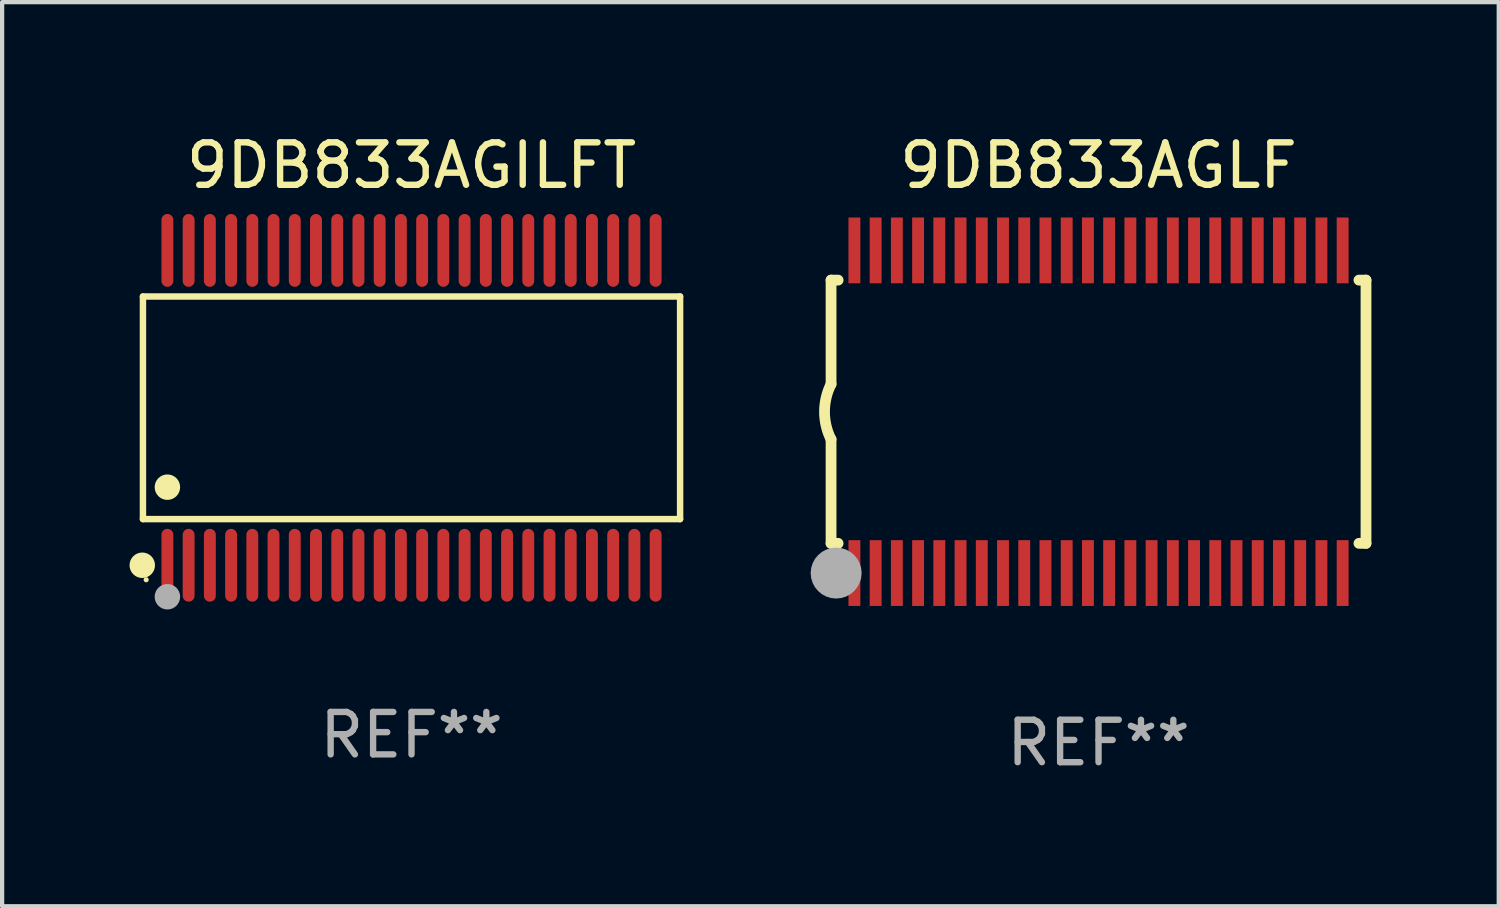
<source format=kicad_pcb>
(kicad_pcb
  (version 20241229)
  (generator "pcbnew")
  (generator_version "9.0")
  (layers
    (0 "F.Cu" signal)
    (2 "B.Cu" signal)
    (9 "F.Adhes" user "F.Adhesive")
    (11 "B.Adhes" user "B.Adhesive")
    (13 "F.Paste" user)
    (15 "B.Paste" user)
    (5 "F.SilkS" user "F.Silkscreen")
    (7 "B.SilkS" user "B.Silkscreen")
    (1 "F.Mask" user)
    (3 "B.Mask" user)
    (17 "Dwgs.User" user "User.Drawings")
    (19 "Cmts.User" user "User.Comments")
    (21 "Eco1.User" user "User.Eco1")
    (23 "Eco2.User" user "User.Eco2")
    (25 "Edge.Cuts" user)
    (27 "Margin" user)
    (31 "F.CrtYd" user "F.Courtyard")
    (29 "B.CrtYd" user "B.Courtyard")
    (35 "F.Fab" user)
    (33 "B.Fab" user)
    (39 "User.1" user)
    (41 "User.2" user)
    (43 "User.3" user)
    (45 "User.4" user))
  (footprint "9DB833AGILFT"
    (layer "F.Cu")
    (at 6.643 6.556)
    (property "Reference" "9DB833AGILFT" (at 0 -5.708 0) (layer "F.SilkS") (effects (font (size 1 1) (thickness 0.15))))
    (attr through_hole)
    (fp_line (start -6.326 -2.622) (end 6.326 -2.622) (stroke (width 0.152) (type solid)) (layer "F.SilkS"))
    (fp_line (start -6.326 2.621) (end -6.326 -2.622) (stroke (width 0.152) (type solid)) (layer "F.SilkS"))
    (fp_line (start 6.326 -2.622) (end 6.326 2.621) (stroke (width 0.152) (type solid)) (layer "F.SilkS"))
    (fp_line (start 6.326 2.621) (end -6.326 2.621) (stroke (width 0.152) (type solid)) (layer "F.SilkS"))
    (fp_circle (center -6.342 3.708) (end -6.192 3.708) (stroke (width 0.3) (type solid)) (fill no) (layer "F.SilkS"))
    (fp_circle (center -6.25 4.05) (end -6.22 4.05) (stroke (width 0.06) (type solid)) (fill no) (layer "F.SilkS"))
    (fp_circle (center -5.75 1.869) (end -5.6 1.869) (stroke (width 0.3) (type solid)) (fill no) (layer "F.SilkS"))
    (fp_circle (center -5.75 4.45) (end -5.6 4.45) (stroke (width 0.3) (type solid)) (fill no) (layer "F.Fab"))
    (fp_text user "REF**" (at 0 7.708 0) (layer "F.Fab") (effects (font (size 1 1) (thickness 0.15))))
    (pad "1" smd oval (at -5.75 3.708) (size 0.28 1.715) (layers "F.Cu" "F.Mask" "F.Paste"))
    (pad "2" smd oval (at -5.25 3.708) (size 0.28 1.715) (layers "F.Cu" "F.Mask" "F.Paste"))
    (pad "3" smd oval (at -4.75 3.708) (size 0.28 1.715) (layers "F.Cu" "F.Mask" "F.Paste"))
    (pad "4" smd oval (at -4.25 3.708) (size 0.28 1.715) (layers "F.Cu" "F.Mask" "F.Paste"))
    (pad "5" smd oval (at -3.75 3.708) (size 0.28 1.715) (layers "F.Cu" "F.Mask" "F.Paste"))
    (pad "6" smd oval (at -3.25 3.708) (size 0.28 1.715) (layers "F.Cu" "F.Mask" "F.Paste"))
    (pad "7" smd oval (at -2.75 3.708) (size 0.28 1.715) (layers "F.Cu" "F.Mask" "F.Paste"))
    (pad "8" smd oval (at -2.25 3.708) (size 0.28 1.715) (layers "F.Cu" "F.Mask" "F.Paste"))
    (pad "9" smd oval (at -1.75 3.708) (size 0.28 1.715) (layers "F.Cu" "F.Mask" "F.Paste"))
    (pad "10" smd oval (at -1.25 3.708) (size 0.28 1.715) (layers "F.Cu" "F.Mask" "F.Paste"))
    (pad "11" smd oval (at -0.75 3.708) (size 0.28 1.715) (layers "F.Cu" "F.Mask" "F.Paste"))
    (pad "12" smd oval (at -0.25 3.708) (size 0.28 1.715) (layers "F.Cu" "F.Mask" "F.Paste"))
    (pad "13" smd oval (at 0.25 3.708) (size 0.28 1.715) (layers "F.Cu" "F.Mask" "F.Paste"))
    (pad "14" smd oval (at 0.75 3.708) (size 0.28 1.715) (layers "F.Cu" "F.Mask" "F.Paste"))
    (pad "15" smd oval (at 1.25 3.708) (size 0.28 1.715) (layers "F.Cu" "F.Mask" "F.Paste"))
    (pad "16" smd oval (at 1.75 3.708) (size 0.28 1.715) (layers "F.Cu" "F.Mask" "F.Paste"))
    (pad "17" smd oval (at 2.25 3.708) (size 0.28 1.715) (layers "F.Cu" "F.Mask" "F.Paste"))
    (pad "18" smd oval (at 2.75 3.708) (size 0.28 1.715) (layers "F.Cu" "F.Mask" "F.Paste"))
    (pad "19" smd oval (at 3.25 3.708) (size 0.28 1.715) (layers "F.Cu" "F.Mask" "F.Paste"))
    (pad "20" smd oval (at 3.75 3.708) (size 0.28 1.715) (layers "F.Cu" "F.Mask" "F.Paste"))
    (pad "21" smd oval (at 4.25 3.708) (size 0.28 1.715) (layers "F.Cu" "F.Mask" "F.Paste"))
    (pad "22" smd oval (at 4.75 3.708) (size 0.28 1.715) (layers "F.Cu" "F.Mask" "F.Paste"))
    (pad "23" smd oval (at 5.25 3.708) (size 0.28 1.715) (layers "F.Cu" "F.Mask" "F.Paste"))
    (pad "24" smd oval (at 5.75 3.708) (size 0.28 1.715) (layers "F.Cu" "F.Mask" "F.Paste"))
    (pad "25" smd oval (at 5.75 -3.708) (size 0.28 1.715) (layers "F.Cu" "F.Mask" "F.Paste"))
    (pad "26" smd oval (at 5.25 -3.708) (size 0.28 1.715) (layers "F.Cu" "F.Mask" "F.Paste"))
    (pad "27" smd oval (at 4.75 -3.708) (size 0.28 1.715) (layers "F.Cu" "F.Mask" "F.Paste"))
    (pad "28" smd oval (at 4.25 -3.708) (size 0.28 1.715) (layers "F.Cu" "F.Mask" "F.Paste"))
    (pad "29" smd oval (at 3.75 -3.708) (size 0.28 1.715) (layers "F.Cu" "F.Mask" "F.Paste"))
    (pad "30" smd oval (at 3.25 -3.708) (size 0.28 1.715) (layers "F.Cu" "F.Mask" "F.Paste"))
    (pad "31" smd oval (at 2.75 -3.708) (size 0.28 1.715) (layers "F.Cu" "F.Mask" "F.Paste"))
    (pad "32" smd oval (at 2.25 -3.708) (size 0.28 1.715) (layers "F.Cu" "F.Mask" "F.Paste"))
    (pad "33" smd oval (at 1.75 -3.708) (size 0.28 1.715) (layers "F.Cu" "F.Mask" "F.Paste"))
    (pad "34" smd oval (at 1.25 -3.708) (size 0.28 1.715) (layers "F.Cu" "F.Mask" "F.Paste"))
    (pad "35" smd oval (at 0.75 -3.708) (size 0.28 1.715) (layers "F.Cu" "F.Mask" "F.Paste"))
    (pad "36" smd oval (at 0.25 -3.708) (size 0.28 1.715) (layers "F.Cu" "F.Mask" "F.Paste"))
    (pad "37" smd oval (at -0.25 -3.708) (size 0.28 1.715) (layers "F.Cu" "F.Mask" "F.Paste"))
    (pad "38" smd oval (at -0.75 -3.708) (size 0.28 1.715) (layers "F.Cu" "F.Mask" "F.Paste"))
    (pad "39" smd oval (at -1.25 -3.708) (size 0.28 1.715) (layers "F.Cu" "F.Mask" "F.Paste"))
    (pad "40" smd oval (at -1.75 -3.708) (size 0.28 1.715) (layers "F.Cu" "F.Mask" "F.Paste"))
    (pad "41" smd oval (at -2.25 -3.708) (size 0.28 1.715) (layers "F.Cu" "F.Mask" "F.Paste"))
    (pad "42" smd oval (at -2.75 -3.708) (size 0.28 1.715) (layers "F.Cu" "F.Mask" "F.Paste"))
    (pad "43" smd oval (at -3.25 -3.708) (size 0.28 1.715) (layers "F.Cu" "F.Mask" "F.Paste"))
    (pad "44" smd oval (at -3.75 -3.708) (size 0.28 1.715) (layers "F.Cu" "F.Mask" "F.Paste"))
    (pad "45" smd oval (at -4.25 -3.708) (size 0.28 1.715) (layers "F.Cu" "F.Mask" "F.Paste"))
    (pad "46" smd oval (at -4.75 -3.708) (size 0.28 1.715) (layers "F.Cu" "F.Mask" "F.Paste"))
    (pad "47" smd oval (at -5.25 -3.708) (size 0.28 1.715) (layers "F.Cu" "F.Mask" "F.Paste"))
    (pad "48" smd oval (at -5.75 -3.708) (size 0.28 1.715) (layers "F.Cu" "F.Mask" "F.Paste")))
  (footprint "9DB833AGLF"
    (layer "F.Cu")
    (at 22.825 6.648)
    (property "Reference" "9DB833AGLF" (at 0 -5.8 0) (layer "F.SilkS") (effects (font (size 1 1) (thickness 0.15))))
    (attr through_hole)
    (fp_line (start -6.3 -3.1) (end -6.3 -0.65) (stroke (width 0.254) (type solid)) (layer "F.SilkS"))
    (fp_line (start -6.3 -3.1) (end -6.134 -3.1) (stroke (width 0.254) (type solid)) (layer "F.SilkS"))
    (fp_line (start -6.3 3.1) (end -6.3 0.65) (stroke (width 0.254) (type solid)) (layer "F.SilkS"))
    (fp_line (start -6.3 3.1) (end -6.134 3.1) (stroke (width 0.254) (type solid)) (layer "F.SilkS"))
    (fp_line (start 6.134 -3.1) (end 6.3 -3.1) (stroke (width 0.254) (type solid)) (layer "F.SilkS"))
    (fp_line (start 6.134 3.1) (end 6.3 3.1) (stroke (width 0.254) (type solid)) (layer "F.SilkS"))
    (fp_line (start 6.3 -3.1) (end 6.3 3.1) (stroke (width 0.254) (type solid)) (layer "F.SilkS"))
    (fp_arc (start -6.301016 0.650114) (mid -6.45413 -0.000082) (end -6.3 -0.650038) (stroke (width 0.254001) (type solid)) (layer "F.SilkS"))
    (fp_circle (center -6.35 3.81) (end -6.223 3.81) (stroke (width 0.254) (type solid)) (fill no) (layer "F.SilkS"))
    (fp_circle (center -6.25 4.05) (end -6.22 4.05) (stroke (width 0.06) (type solid)) (fill no) (layer "F.SilkS"))
    (fp_circle (center -6.18 3.8) (end -5.88 3.8) (stroke (width 0.6) (type solid)) (fill no) (layer "F.Fab"))
    (fp_text user "REF**" (at 0 7.8 0) (layer "F.Fab") (effects (font (size 1 1) (thickness 0.15))))
    (pad "1" smd rect (at -5.75 3.8) (size 0.28 1.55) (layers "F.Cu" "F.Mask" "F.Paste"))
    (pad "2" smd rect (at -5.25 3.8) (size 0.28 1.55) (layers "F.Cu" "F.Mask" "F.Paste"))
    (pad "3" smd rect (at -4.75 3.8) (size 0.28 1.55) (layers "F.Cu" "F.Mask" "F.Paste"))
    (pad "4" smd rect (at -4.25 3.8) (size 0.28 1.55) (layers "F.Cu" "F.Mask" "F.Paste"))
    (pad "5" smd rect (at -3.75 3.8) (size 0.28 1.55) (layers "F.Cu" "F.Mask" "F.Paste"))
    (pad "6" smd rect (at -3.25 3.8) (size 0.28 1.55) (layers "F.Cu" "F.Mask" "F.Paste"))
    (pad "7" smd rect (at -2.75 3.8) (size 0.28 1.55) (layers "F.Cu" "F.Mask" "F.Paste"))
    (pad "8" smd rect (at -2.25 3.8) (size 0.28 1.55) (layers "F.Cu" "F.Mask" "F.Paste"))
    (pad "9" smd rect (at -1.75 3.8) (size 0.28 1.55) (layers "F.Cu" "F.Mask" "F.Paste"))
    (pad "10" smd rect (at -1.25 3.8) (size 0.28 1.55) (layers "F.Cu" "F.Mask" "F.Paste"))
    (pad "11" smd rect (at -0.75 3.8) (size 0.28 1.55) (layers "F.Cu" "F.Mask" "F.Paste"))
    (pad "12" smd rect (at -0.25 3.8) (size 0.28 1.55) (layers "F.Cu" "F.Mask" "F.Paste"))
    (pad "13" smd rect (at 0.25 3.8) (size 0.28 1.55) (layers "F.Cu" "F.Mask" "F.Paste"))
    (pad "14" smd rect (at 0.75 3.8) (size 0.28 1.55) (layers "F.Cu" "F.Mask" "F.Paste"))
    (pad "15" smd rect (at 1.25 3.8) (size 0.28 1.55) (layers "F.Cu" "F.Mask" "F.Paste"))
    (pad "16" smd rect (at 1.75 3.8) (size 0.28 1.55) (layers "F.Cu" "F.Mask" "F.Paste"))
    (pad "17" smd rect (at 2.25 3.8) (size 0.28 1.55) (layers "F.Cu" "F.Mask" "F.Paste"))
    (pad "18" smd rect (at 2.75 3.8) (size 0.28 1.55) (layers "F.Cu" "F.Mask" "F.Paste"))
    (pad "19" smd rect (at 3.25 3.8) (size 0.28 1.55) (layers "F.Cu" "F.Mask" "F.Paste"))
    (pad "20" smd rect (at 3.75 3.8) (size 0.28 1.55) (layers "F.Cu" "F.Mask" "F.Paste"))
    (pad "21" smd rect (at 4.25 3.8) (size 0.28 1.55) (layers "F.Cu" "F.Mask" "F.Paste"))
    (pad "22" smd rect (at 4.75 3.8) (size 0.28 1.55) (layers "F.Cu" "F.Mask" "F.Paste"))
    (pad "23" smd rect (at 5.25 3.8) (size 0.28 1.55) (layers "F.Cu" "F.Mask" "F.Paste"))
    (pad "24" smd rect (at 5.75 3.8) (size 0.28 1.55) (layers "F.Cu" "F.Mask" "F.Paste"))
    (pad "25" smd rect (at 5.75 -3.8) (size 0.28 1.55) (layers "F.Cu" "F.Mask" "F.Paste"))
    (pad "26" smd rect (at 5.25 -3.8) (size 0.28 1.55) (layers "F.Cu" "F.Mask" "F.Paste"))
    (pad "27" smd rect (at 4.75 -3.8) (size 0.28 1.55) (layers "F.Cu" "F.Mask" "F.Paste"))
    (pad "28" smd rect (at 4.25 -3.8) (size 0.28 1.55) (layers "F.Cu" "F.Mask" "F.Paste"))
    (pad "29" smd rect (at 3.75 -3.8) (size 0.28 1.55) (layers "F.Cu" "F.Mask" "F.Paste"))
    (pad "30" smd rect (at 3.25 -3.8) (size 0.28 1.55) (layers "F.Cu" "F.Mask" "F.Paste"))
    (pad "31" smd rect (at 2.75 -3.8) (size 0.28 1.55) (layers "F.Cu" "F.Mask" "F.Paste"))
    (pad "32" smd rect (at 2.25 -3.8) (size 0.28 1.55) (layers "F.Cu" "F.Mask" "F.Paste"))
    (pad "33" smd rect (at 1.75 -3.8) (size 0.28 1.55) (layers "F.Cu" "F.Mask" "F.Paste"))
    (pad "34" smd rect (at 1.25 -3.8) (size 0.28 1.55) (layers "F.Cu" "F.Mask" "F.Paste"))
    (pad "35" smd rect (at 0.75 -3.8) (size 0.28 1.55) (layers "F.Cu" "F.Mask" "F.Paste"))
    (pad "36" smd rect (at 0.25 -3.8) (size 0.28 1.55) (layers "F.Cu" "F.Mask" "F.Paste"))
    (pad "37" smd rect (at -0.25 -3.8) (size 0.28 1.55) (layers "F.Cu" "F.Mask" "F.Paste"))
    (pad "38" smd rect (at -0.75 -3.8) (size 0.28 1.55) (layers "F.Cu" "F.Mask" "F.Paste"))
    (pad "39" smd rect (at -1.25 -3.8) (size 0.28 1.55) (layers "F.Cu" "F.Mask" "F.Paste"))
    (pad "40" smd rect (at -1.75 -3.8) (size 0.28 1.55) (layers "F.Cu" "F.Mask" "F.Paste"))
    (pad "41" smd rect (at -2.25 -3.8) (size 0.28 1.55) (layers "F.Cu" "F.Mask" "F.Paste"))
    (pad "42" smd rect (at -2.75 -3.8) (size 0.28 1.55) (layers "F.Cu" "F.Mask" "F.Paste"))
    (pad "43" smd rect (at -3.25 -3.8) (size 0.28 1.55) (layers "F.Cu" "F.Mask" "F.Paste"))
    (pad "44" smd rect (at -3.75 -3.8) (size 0.28 1.55) (layers "F.Cu" "F.Mask" "F.Paste"))
    (pad "45" smd rect (at -4.25 -3.8) (size 0.28 1.55) (layers "F.Cu" "F.Mask" "F.Paste"))
    (pad "46" smd rect (at -4.75 -3.8) (size 0.28 1.55) (layers "F.Cu" "F.Mask" "F.Paste"))
    (pad "47" smd rect (at -5.25 -3.8) (size 0.28 1.55) (layers "F.Cu" "F.Mask" "F.Paste"))
    (pad "48" smd rect (at -5.75 -3.8) (size 0.28 1.55) (layers "F.Cu" "F.Mask" "F.Paste")))
  (gr_rect
    (start -3 -3)
    (end 32.252 18.296)
    (stroke (width 0.1) (type default))
    (fill no)
    (layer "Edge.Cuts")))
</source>
